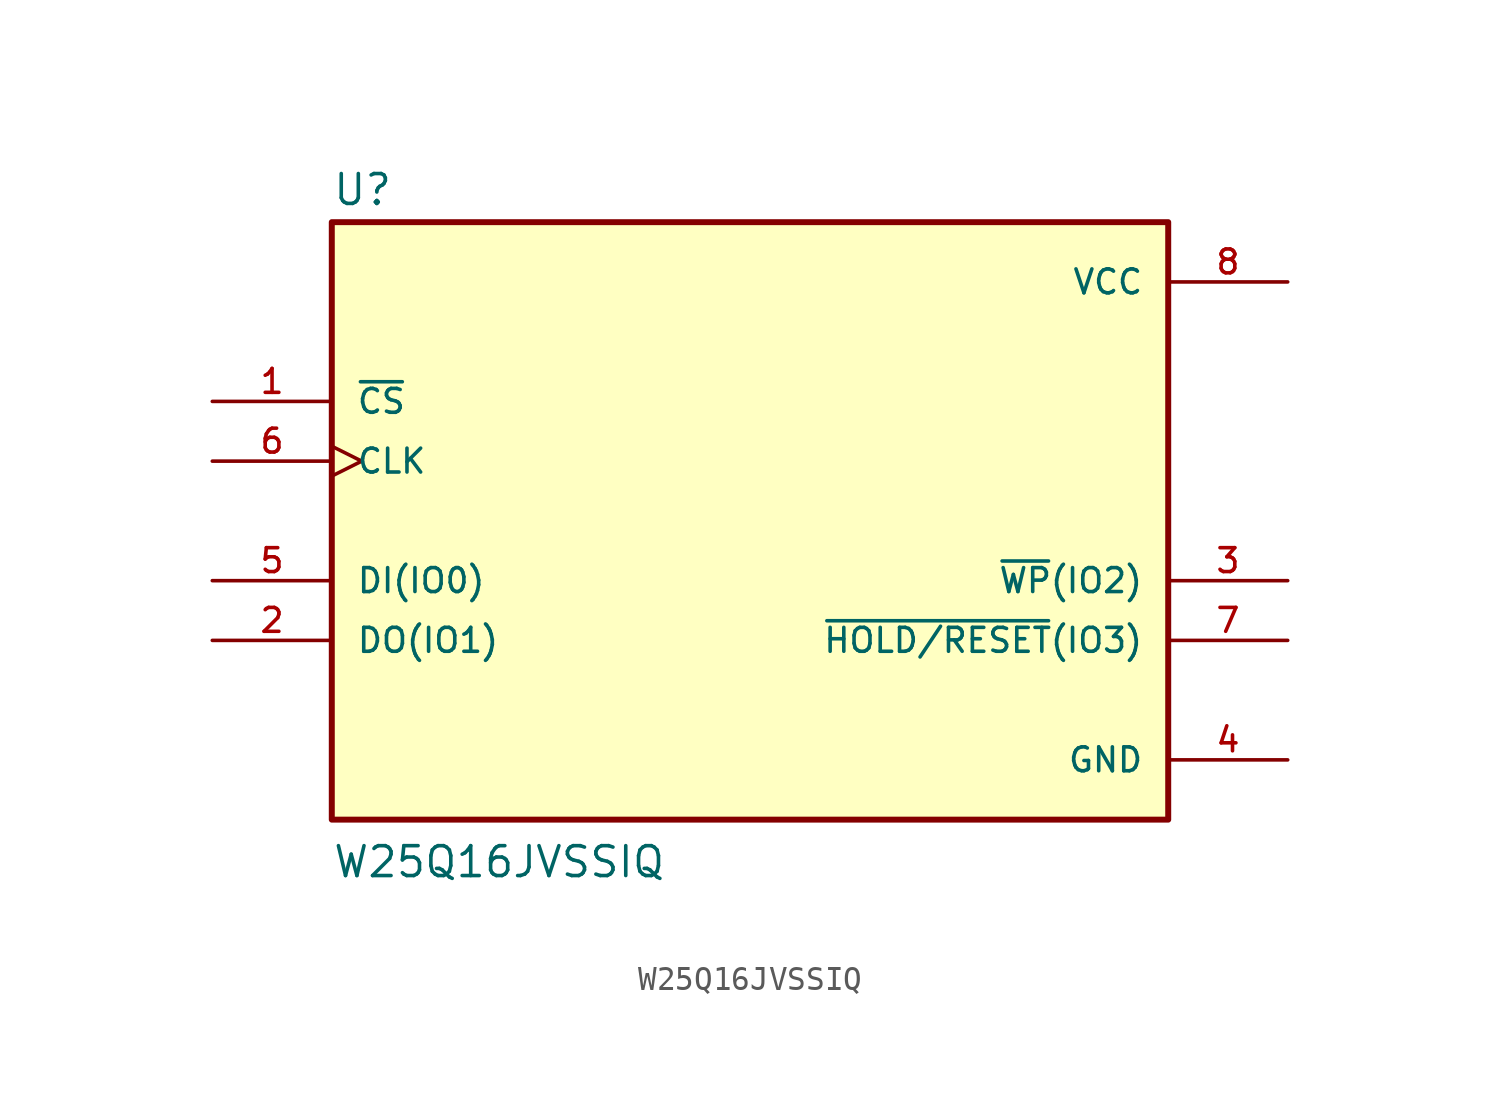
<source format=kicad_sym>
(kicad_symbol_lib
  (version 20211014)
  (generator kicad_symbol_editor)
  (symbol "W25Q16JVSSIQ"
    (pin_names
      (offset 1.016))
    (property "Reference" "U"
      (at -17.78 13.335 0)
      (effects (font (size 1.27 1.27)) (justify left bottom)))
    (property "Value" "W25Q16JVSSIQ"
      (at -17.78 -15.24 0)
      (effects (font (size 1.27 1.27)) (justify left bottom)))
    (property "ki_locked" ""
      (at 0 0 0)
      (effects (font (size 1.27 1.27))))
    (symbol "W25Q16JVSSIQ_0_0"
      (rectangle (start -17.78 -12.7) (end 17.78 12.7) (stroke (width 0.254) (type default) (color 0 0 0 0)) (fill (type background)))
      (pin input line (at -22.86 5.08 0) (length 5.08) (name "~{CS}" (effects (font (size 1.016 1.016)))) (number "1" (effects (font (size 1.016 1.016)))))
      (pin bidirectional line (at -22.86 -5.08 0) (length 5.08) (name "DO(IO1)" (effects (font (size 1.016 1.016)))) (number "2" (effects (font (size 1.016 1.016)))))
      (pin bidirectional line (at 22.86 -2.54 180) (length 5.08) (name "~{WP}(IO2)" (effects (font (size 1.016 1.016)))) (number "3" (effects (font (size 1.016 1.016)))))
      (pin power_in line (at 22.86 -10.16 180) (length 5.08) (name "GND" (effects (font (size 1.016 1.016)))) (number "4" (effects (font (size 1.016 1.016)))))
      (pin bidirectional line (at -22.86 -2.54 0) (length 5.08) (name "DI(IO0)" (effects (font (size 1.016 1.016)))) (number "5" (effects (font (size 1.016 1.016)))))
      (pin input clock (at -22.86 2.54 0) (length 5.08) (name "CLK" (effects (font (size 1.016 1.016)))) (number "6" (effects (font (size 1.016 1.016)))))
      (pin bidirectional line (at 22.86 -5.08 180) (length 5.08) (name "~{HOLD/RESET}(IO3)" (effects (font (size 1.016 1.016)))) (number "7" (effects (font (size 1.016 1.016)))))
      (pin power_in line (at 22.86 10.16 180) (length 5.08) (name "VCC" (effects (font (size 1.016 1.016)))) (number "8" (effects (font (size 1.016 1.016))))))))
</source>
